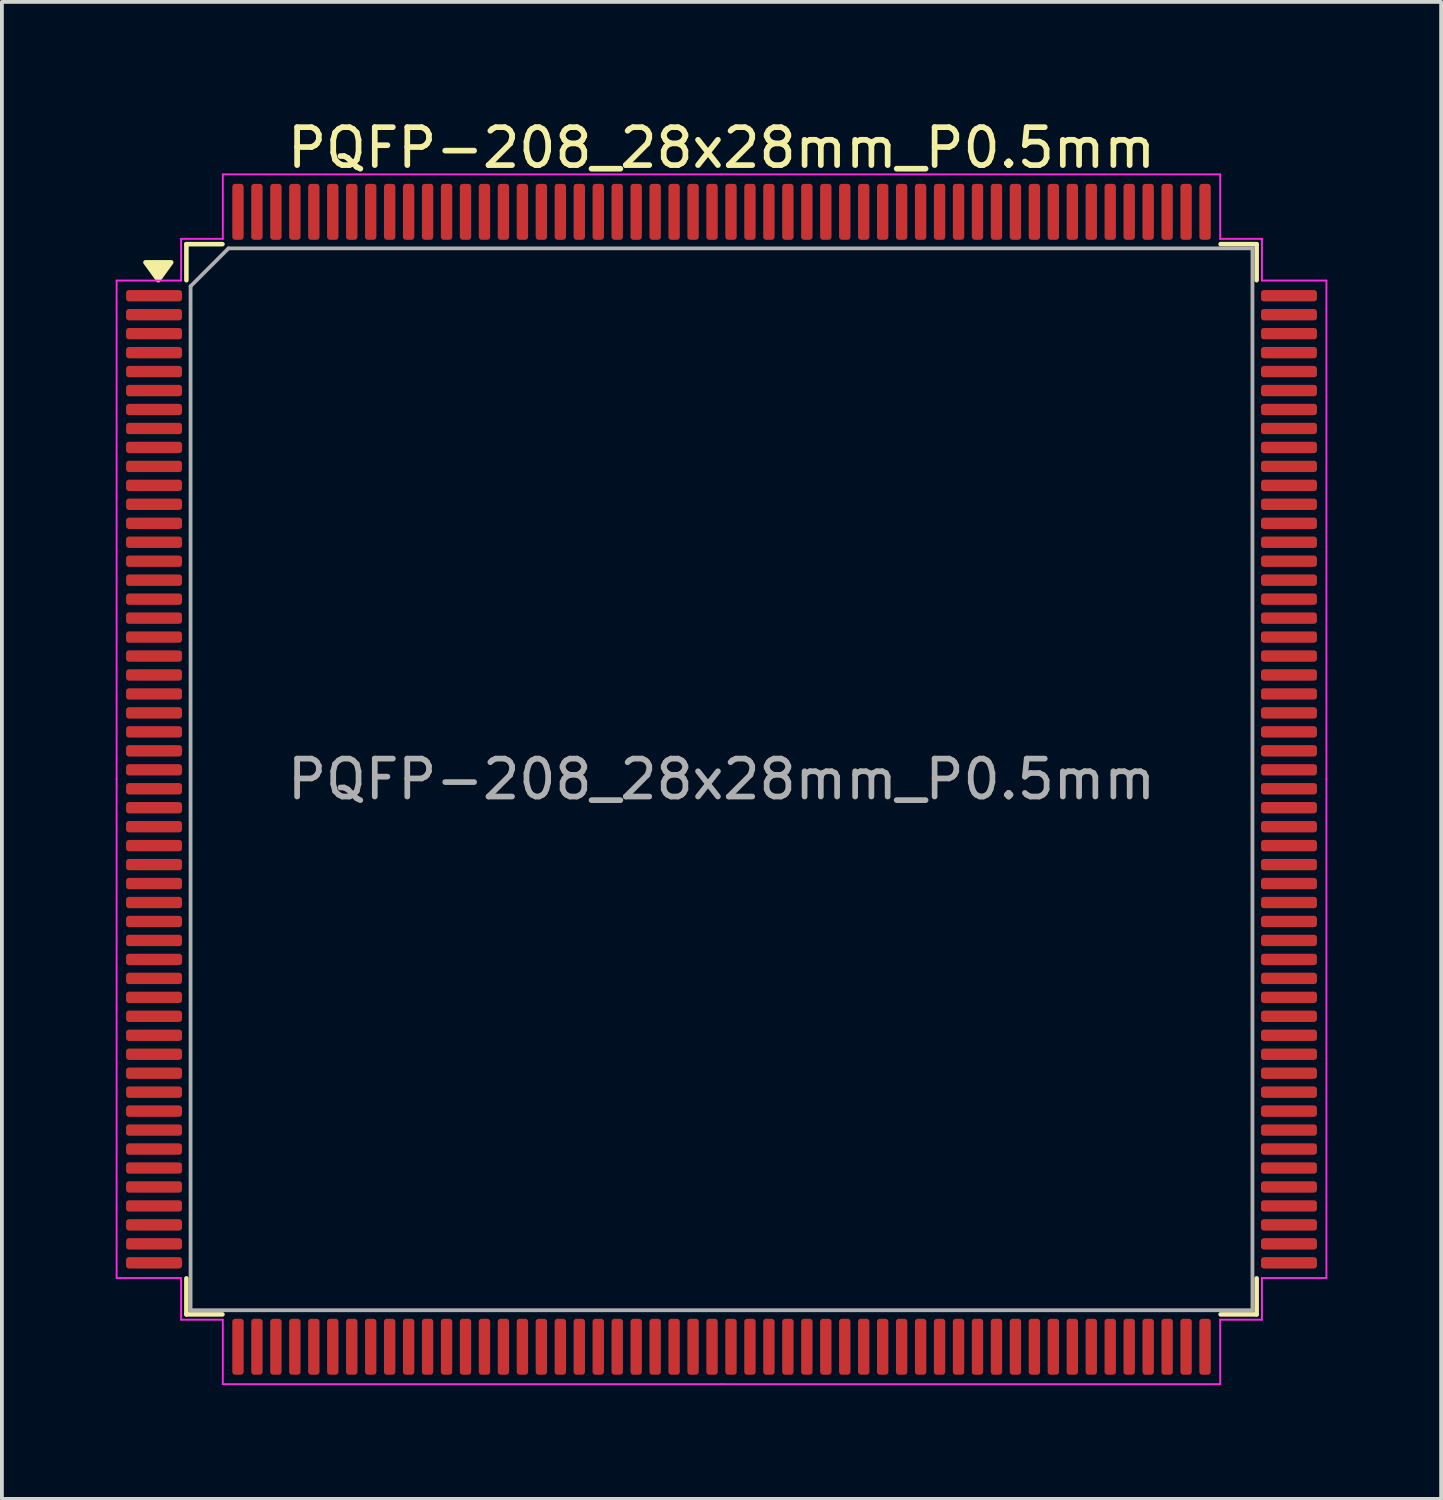
<source format=kicad_pcb>
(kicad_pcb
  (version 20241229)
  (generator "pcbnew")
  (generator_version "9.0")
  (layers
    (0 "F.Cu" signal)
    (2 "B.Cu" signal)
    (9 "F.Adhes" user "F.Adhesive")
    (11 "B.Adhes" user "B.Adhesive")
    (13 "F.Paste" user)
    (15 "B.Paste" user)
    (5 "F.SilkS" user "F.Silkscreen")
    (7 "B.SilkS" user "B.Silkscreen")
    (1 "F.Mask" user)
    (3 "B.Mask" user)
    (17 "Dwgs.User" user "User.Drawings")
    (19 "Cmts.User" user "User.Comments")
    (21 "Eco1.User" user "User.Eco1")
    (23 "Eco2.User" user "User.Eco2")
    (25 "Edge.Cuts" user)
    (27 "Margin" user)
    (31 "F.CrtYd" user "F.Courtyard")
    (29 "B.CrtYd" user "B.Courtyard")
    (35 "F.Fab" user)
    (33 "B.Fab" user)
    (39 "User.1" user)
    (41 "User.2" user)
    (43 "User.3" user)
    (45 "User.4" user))
  (footprint "PQFP-208_28x28mm_P0.5mm"
    (layer "F.Cu")
    (at 15.975 17.498)
    (property "Reference" "PQFP-208_28x28mm_P0.5mm" (at 0 -16.65 0) (layer "F.SilkS") (effects (font (size 1 1) (thickness 0.15))))
    (attr smd)
    (fp_line (start -14.11 -14.11) (end -14.11 -13.16) (stroke (width 0.12) (type solid)) (layer "F.SilkS"))
    (fp_line (start -14.11 14.11) (end -14.11 13.16) (stroke (width 0.12) (type solid)) (layer "F.SilkS"))
    (fp_line (start -13.16 -14.11) (end -14.11 -14.11) (stroke (width 0.12) (type solid)) (layer "F.SilkS"))
    (fp_line (start -13.16 14.11) (end -14.11 14.11) (stroke (width 0.12) (type solid)) (layer "F.SilkS"))
    (fp_line (start 13.16 -14.11) (end 14.11 -14.11) (stroke (width 0.12) (type solid)) (layer "F.SilkS"))
    (fp_line (start 13.16 14.11) (end 14.11 14.11) (stroke (width 0.12) (type solid)) (layer "F.SilkS"))
    (fp_line (start 14.11 -14.11) (end 14.11 -13.16) (stroke (width 0.12) (type solid)) (layer "F.SilkS"))
    (fp_line (start 14.11 14.11) (end 14.11 13.16) (stroke (width 0.12) (type solid)) (layer "F.SilkS"))
    (fp_poly (pts (xy -14.85 -13.16) (xy -15.19 -13.63) (xy -14.51 -13.63) (xy -14.85 -13.16)) (stroke (width 0.12) (type solid)) (fill yes) (layer "F.SilkS"))
    (fp_line (start -15.95 -13.15) (end -15.95 0) (stroke (width 0.05) (type solid)) (layer "F.CrtYd"))
    (fp_line (start -15.95 13.15) (end -15.95 0) (stroke (width 0.05) (type solid)) (layer "F.CrtYd"))
    (fp_line (start -14.25 -14.25) (end -14.25 -13.15) (stroke (width 0.05) (type solid)) (layer "F.CrtYd"))
    (fp_line (start -14.25 -13.15) (end -15.95 -13.15) (stroke (width 0.05) (type solid)) (layer "F.CrtYd"))
    (fp_line (start -14.25 13.15) (end -15.95 13.15) (stroke (width 0.05) (type solid)) (layer "F.CrtYd"))
    (fp_line (start -14.25 14.25) (end -14.25 13.15) (stroke (width 0.05) (type solid)) (layer "F.CrtYd"))
    (fp_line (start -13.15 -15.95) (end -13.15 -14.25) (stroke (width 0.05) (type solid)) (layer "F.CrtYd"))
    (fp_line (start -13.15 -14.25) (end -14.25 -14.25) (stroke (width 0.05) (type solid)) (layer "F.CrtYd"))
    (fp_line (start -13.15 14.25) (end -14.25 14.25) (stroke (width 0.05) (type solid)) (layer "F.CrtYd"))
    (fp_line (start -13.15 15.95) (end -13.15 14.25) (stroke (width 0.05) (type solid)) (layer "F.CrtYd"))
    (fp_line (start 0 -15.95) (end -13.15 -15.95) (stroke (width 0.05) (type solid)) (layer "F.CrtYd"))
    (fp_line (start 0 -15.95) (end 13.15 -15.95) (stroke (width 0.05) (type solid)) (layer "F.CrtYd"))
    (fp_line (start 0 15.95) (end -13.15 15.95) (stroke (width 0.05) (type solid)) (layer "F.CrtYd"))
    (fp_line (start 0 15.95) (end 13.15 15.95) (stroke (width 0.05) (type solid)) (layer "F.CrtYd"))
    (fp_line (start 13.15 -15.95) (end 13.15 -14.25) (stroke (width 0.05) (type solid)) (layer "F.CrtYd"))
    (fp_line (start 13.15 -14.25) (end 14.25 -14.25) (stroke (width 0.05) (type solid)) (layer "F.CrtYd"))
    (fp_line (start 13.15 14.25) (end 14.25 14.25) (stroke (width 0.05) (type solid)) (layer "F.CrtYd"))
    (fp_line (start 13.15 15.95) (end 13.15 14.25) (stroke (width 0.05) (type solid)) (layer "F.CrtYd"))
    (fp_line (start 14.25 -14.25) (end 14.25 -13.15) (stroke (width 0.05) (type solid)) (layer "F.CrtYd"))
    (fp_line (start 14.25 -13.15) (end 15.95 -13.15) (stroke (width 0.05) (type solid)) (layer "F.CrtYd"))
    (fp_line (start 14.25 13.15) (end 15.95 13.15) (stroke (width 0.05) (type solid)) (layer "F.CrtYd"))
    (fp_line (start 14.25 14.25) (end 14.25 13.15) (stroke (width 0.05) (type solid)) (layer "F.CrtYd"))
    (fp_line (start 15.95 -13.15) (end 15.95 0) (stroke (width 0.05) (type solid)) (layer "F.CrtYd"))
    (fp_line (start 15.95 13.15) (end 15.95 0) (stroke (width 0.05) (type solid)) (layer "F.CrtYd"))
    (fp_line (start -14 -13) (end -13 -14) (stroke (width 0.1) (type solid)) (layer "F.Fab"))
    (fp_line (start -14 14) (end -14 -13) (stroke (width 0.1) (type solid)) (layer "F.Fab"))
    (fp_line (start -13 -14) (end 14 -14) (stroke (width 0.1) (type solid)) (layer "F.Fab"))
    (fp_line (start 14 -14) (end 14 14) (stroke (width 0.1) (type solid)) (layer "F.Fab"))
    (fp_line (start 14 14) (end -14 14) (stroke (width 0.1) (type solid)) (layer "F.Fab"))
    (fp_text user "${REFERENCE}" (at 0 0 0) (layer "F.Fab") (effects (font (size 1 1) (thickness 0.15))))
    (pad "1" smd roundrect (at -14.963 -12.75) (size 1.475 0.3) (layers "F.Cu" "F.Mask" "F.Paste") (roundrect_rratio 0.25))
    (pad "2" smd roundrect (at -14.963 -12.25) (size 1.475 0.3) (layers "F.Cu" "F.Mask" "F.Paste") (roundrect_rratio 0.25))
    (pad "3" smd roundrect (at -14.963 -11.75) (size 1.475 0.3) (layers "F.Cu" "F.Mask" "F.Paste") (roundrect_rratio 0.25))
    (pad "4" smd roundrect (at -14.963 -11.25) (size 1.475 0.3) (layers "F.Cu" "F.Mask" "F.Paste") (roundrect_rratio 0.25))
    (pad "5" smd roundrect (at -14.963 -10.75) (size 1.475 0.3) (layers "F.Cu" "F.Mask" "F.Paste") (roundrect_rratio 0.25))
    (pad "6" smd roundrect (at -14.963 -10.25) (size 1.475 0.3) (layers "F.Cu" "F.Mask" "F.Paste") (roundrect_rratio 0.25))
    (pad "7" smd roundrect (at -14.963 -9.75) (size 1.475 0.3) (layers "F.Cu" "F.Mask" "F.Paste") (roundrect_rratio 0.25))
    (pad "8" smd roundrect (at -14.963 -9.25) (size 1.475 0.3) (layers "F.Cu" "F.Mask" "F.Paste") (roundrect_rratio 0.25))
    (pad "9" smd roundrect (at -14.963 -8.75) (size 1.475 0.3) (layers "F.Cu" "F.Mask" "F.Paste") (roundrect_rratio 0.25))
    (pad "10" smd roundrect (at -14.963 -8.25) (size 1.475 0.3) (layers "F.Cu" "F.Mask" "F.Paste") (roundrect_rratio 0.25))
    (pad "11" smd roundrect (at -14.963 -7.75) (size 1.475 0.3) (layers "F.Cu" "F.Mask" "F.Paste") (roundrect_rratio 0.25))
    (pad "12" smd roundrect (at -14.963 -7.25) (size 1.475 0.3) (layers "F.Cu" "F.Mask" "F.Paste") (roundrect_rratio 0.25))
    (pad "13" smd roundrect (at -14.963 -6.75) (size 1.475 0.3) (layers "F.Cu" "F.Mask" "F.Paste") (roundrect_rratio 0.25))
    (pad "14" smd roundrect (at -14.963 -6.25) (size 1.475 0.3) (layers "F.Cu" "F.Mask" "F.Paste") (roundrect_rratio 0.25))
    (pad "15" smd roundrect (at -14.963 -5.75) (size 1.475 0.3) (layers "F.Cu" "F.Mask" "F.Paste") (roundrect_rratio 0.25))
    (pad "16" smd roundrect (at -14.963 -5.25) (size 1.475 0.3) (layers "F.Cu" "F.Mask" "F.Paste") (roundrect_rratio 0.25))
    (pad "17" smd roundrect (at -14.963 -4.75) (size 1.475 0.3) (layers "F.Cu" "F.Mask" "F.Paste") (roundrect_rratio 0.25))
    (pad "18" smd roundrect (at -14.963 -4.25) (size 1.475 0.3) (layers "F.Cu" "F.Mask" "F.Paste") (roundrect_rratio 0.25))
    (pad "19" smd roundrect (at -14.963 -3.75) (size 1.475 0.3) (layers "F.Cu" "F.Mask" "F.Paste") (roundrect_rratio 0.25))
    (pad "20" smd roundrect (at -14.963 -3.25) (size 1.475 0.3) (layers "F.Cu" "F.Mask" "F.Paste") (roundrect_rratio 0.25))
    (pad "21" smd roundrect (at -14.963 -2.75) (size 1.475 0.3) (layers "F.Cu" "F.Mask" "F.Paste") (roundrect_rratio 0.25))
    (pad "22" smd roundrect (at -14.963 -2.25) (size 1.475 0.3) (layers "F.Cu" "F.Mask" "F.Paste") (roundrect_rratio 0.25))
    (pad "23" smd roundrect (at -14.963 -1.75) (size 1.475 0.3) (layers "F.Cu" "F.Mask" "F.Paste") (roundrect_rratio 0.25))
    (pad "24" smd roundrect (at -14.963 -1.25) (size 1.475 0.3) (layers "F.Cu" "F.Mask" "F.Paste") (roundrect_rratio 0.25))
    (pad "25" smd roundrect (at -14.963 -0.75) (size 1.475 0.3) (layers "F.Cu" "F.Mask" "F.Paste") (roundrect_rratio 0.25))
    (pad "26" smd roundrect (at -14.963 -0.25) (size 1.475 0.3) (layers "F.Cu" "F.Mask" "F.Paste") (roundrect_rratio 0.25))
    (pad "27" smd roundrect (at -14.963 0.25) (size 1.475 0.3) (layers "F.Cu" "F.Mask" "F.Paste") (roundrect_rratio 0.25))
    (pad "28" smd roundrect (at -14.963 0.75) (size 1.475 0.3) (layers "F.Cu" "F.Mask" "F.Paste") (roundrect_rratio 0.25))
    (pad "29" smd roundrect (at -14.963 1.25) (size 1.475 0.3) (layers "F.Cu" "F.Mask" "F.Paste") (roundrect_rratio 0.25))
    (pad "30" smd roundrect (at -14.963 1.75) (size 1.475 0.3) (layers "F.Cu" "F.Mask" "F.Paste") (roundrect_rratio 0.25))
    (pad "31" smd roundrect (at -14.963 2.25) (size 1.475 0.3) (layers "F.Cu" "F.Mask" "F.Paste") (roundrect_rratio 0.25))
    (pad "32" smd roundrect (at -14.963 2.75) (size 1.475 0.3) (layers "F.Cu" "F.Mask" "F.Paste") (roundrect_rratio 0.25))
    (pad "33" smd roundrect (at -14.963 3.25) (size 1.475 0.3) (layers "F.Cu" "F.Mask" "F.Paste") (roundrect_rratio 0.25))
    (pad "34" smd roundrect (at -14.963 3.75) (size 1.475 0.3) (layers "F.Cu" "F.Mask" "F.Paste") (roundrect_rratio 0.25))
    (pad "35" smd roundrect (at -14.963 4.25) (size 1.475 0.3) (layers "F.Cu" "F.Mask" "F.Paste") (roundrect_rratio 0.25))
    (pad "36" smd roundrect (at -14.963 4.75) (size 1.475 0.3) (layers "F.Cu" "F.Mask" "F.Paste") (roundrect_rratio 0.25))
    (pad "37" smd roundrect (at -14.963 5.25) (size 1.475 0.3) (layers "F.Cu" "F.Mask" "F.Paste") (roundrect_rratio 0.25))
    (pad "38" smd roundrect (at -14.963 5.75) (size 1.475 0.3) (layers "F.Cu" "F.Mask" "F.Paste") (roundrect_rratio 0.25))
    (pad "39" smd roundrect (at -14.963 6.25) (size 1.475 0.3) (layers "F.Cu" "F.Mask" "F.Paste") (roundrect_rratio 0.25))
    (pad "40" smd roundrect (at -14.963 6.75) (size 1.475 0.3) (layers "F.Cu" "F.Mask" "F.Paste") (roundrect_rratio 0.25))
    (pad "41" smd roundrect (at -14.963 7.25) (size 1.475 0.3) (layers "F.Cu" "F.Mask" "F.Paste") (roundrect_rratio 0.25))
    (pad "42" smd roundrect (at -14.963 7.75) (size 1.475 0.3) (layers "F.Cu" "F.Mask" "F.Paste") (roundrect_rratio 0.25))
    (pad "43" smd roundrect (at -14.963 8.25) (size 1.475 0.3) (layers "F.Cu" "F.Mask" "F.Paste") (roundrect_rratio 0.25))
    (pad "44" smd roundrect (at -14.963 8.75) (size 1.475 0.3) (layers "F.Cu" "F.Mask" "F.Paste") (roundrect_rratio 0.25))
    (pad "45" smd roundrect (at -14.963 9.25) (size 1.475 0.3) (layers "F.Cu" "F.Mask" "F.Paste") (roundrect_rratio 0.25))
    (pad "46" smd roundrect (at -14.963 9.75) (size 1.475 0.3) (layers "F.Cu" "F.Mask" "F.Paste") (roundrect_rratio 0.25))
    (pad "47" smd roundrect (at -14.963 10.25) (size 1.475 0.3) (layers "F.Cu" "F.Mask" "F.Paste") (roundrect_rratio 0.25))
    (pad "48" smd roundrect (at -14.963 10.75) (size 1.475 0.3) (layers "F.Cu" "F.Mask" "F.Paste") (roundrect_rratio 0.25))
    (pad "49" smd roundrect (at -14.963 11.25) (size 1.475 0.3) (layers "F.Cu" "F.Mask" "F.Paste") (roundrect_rratio 0.25))
    (pad "50" smd roundrect (at -14.963 11.75) (size 1.475 0.3) (layers "F.Cu" "F.Mask" "F.Paste") (roundrect_rratio 0.25))
    (pad "51" smd roundrect (at -14.963 12.25) (size 1.475 0.3) (layers "F.Cu" "F.Mask" "F.Paste") (roundrect_rratio 0.25))
    (pad "52" smd roundrect (at -14.963 12.75) (size 1.475 0.3) (layers "F.Cu" "F.Mask" "F.Paste") (roundrect_rratio 0.25))
    (pad "53" smd roundrect (at -12.75 14.963) (size 0.3 1.475) (layers "F.Cu" "F.Mask" "F.Paste") (roundrect_rratio 0.25))
    (pad "54" smd roundrect (at -12.25 14.963) (size 0.3 1.475) (layers "F.Cu" "F.Mask" "F.Paste") (roundrect_rratio 0.25))
    (pad "55" smd roundrect (at -11.75 14.963) (size 0.3 1.475) (layers "F.Cu" "F.Mask" "F.Paste") (roundrect_rratio 0.25))
    (pad "56" smd roundrect (at -11.25 14.963) (size 0.3 1.475) (layers "F.Cu" "F.Mask" "F.Paste") (roundrect_rratio 0.25))
    (pad "57" smd roundrect (at -10.75 14.963) (size 0.3 1.475) (layers "F.Cu" "F.Mask" "F.Paste") (roundrect_rratio 0.25))
    (pad "58" smd roundrect (at -10.25 14.963) (size 0.3 1.475) (layers "F.Cu" "F.Mask" "F.Paste") (roundrect_rratio 0.25))
    (pad "59" smd roundrect (at -9.75 14.963) (size 0.3 1.475) (layers "F.Cu" "F.Mask" "F.Paste") (roundrect_rratio 0.25))
    (pad "60" smd roundrect (at -9.25 14.963) (size 0.3 1.475) (layers "F.Cu" "F.Mask" "F.Paste") (roundrect_rratio 0.25))
    (pad "61" smd roundrect (at -8.75 14.963) (size 0.3 1.475) (layers "F.Cu" "F.Mask" "F.Paste") (roundrect_rratio 0.25))
    (pad "62" smd roundrect (at -8.25 14.963) (size 0.3 1.475) (layers "F.Cu" "F.Mask" "F.Paste") (roundrect_rratio 0.25))
    (pad "63" smd roundrect (at -7.75 14.963) (size 0.3 1.475) (layers "F.Cu" "F.Mask" "F.Paste") (roundrect_rratio 0.25))
    (pad "64" smd roundrect (at -7.25 14.963) (size 0.3 1.475) (layers "F.Cu" "F.Mask" "F.Paste") (roundrect_rratio 0.25))
    (pad "65" smd roundrect (at -6.75 14.963) (size 0.3 1.475) (layers "F.Cu" "F.Mask" "F.Paste") (roundrect_rratio 0.25))
    (pad "66" smd roundrect (at -6.25 14.963) (size 0.3 1.475) (layers "F.Cu" "F.Mask" "F.Paste") (roundrect_rratio 0.25))
    (pad "67" smd roundrect (at -5.75 14.963) (size 0.3 1.475) (layers "F.Cu" "F.Mask" "F.Paste") (roundrect_rratio 0.25))
    (pad "68" smd roundrect (at -5.25 14.963) (size 0.3 1.475) (layers "F.Cu" "F.Mask" "F.Paste") (roundrect_rratio 0.25))
    (pad "69" smd roundrect (at -4.75 14.963) (size 0.3 1.475) (layers "F.Cu" "F.Mask" "F.Paste") (roundrect_rratio 0.25))
    (pad "70" smd roundrect (at -4.25 14.963) (size 0.3 1.475) (layers "F.Cu" "F.Mask" "F.Paste") (roundrect_rratio 0.25))
    (pad "71" smd roundrect (at -3.75 14.963) (size 0.3 1.475) (layers "F.Cu" "F.Mask" "F.Paste") (roundrect_rratio 0.25))
    (pad "72" smd roundrect (at -3.25 14.963) (size 0.3 1.475) (layers "F.Cu" "F.Mask" "F.Paste") (roundrect_rratio 0.25))
    (pad "73" smd roundrect (at -2.75 14.963) (size 0.3 1.475) (layers "F.Cu" "F.Mask" "F.Paste") (roundrect_rratio 0.25))
    (pad "74" smd roundrect (at -2.25 14.963) (size 0.3 1.475) (layers "F.Cu" "F.Mask" "F.Paste") (roundrect_rratio 0.25))
    (pad "75" smd roundrect (at -1.75 14.963) (size 0.3 1.475) (layers "F.Cu" "F.Mask" "F.Paste") (roundrect_rratio 0.25))
    (pad "76" smd roundrect (at -1.25 14.963) (size 0.3 1.475) (layers "F.Cu" "F.Mask" "F.Paste") (roundrect_rratio 0.25))
    (pad "77" smd roundrect (at -0.75 14.963) (size 0.3 1.475) (layers "F.Cu" "F.Mask" "F.Paste") (roundrect_rratio 0.25))
    (pad "78" smd roundrect (at -0.25 14.963) (size 0.3 1.475) (layers "F.Cu" "F.Mask" "F.Paste") (roundrect_rratio 0.25))
    (pad "79" smd roundrect (at 0.25 14.963) (size 0.3 1.475) (layers "F.Cu" "F.Mask" "F.Paste") (roundrect_rratio 0.25))
    (pad "80" smd roundrect (at 0.75 14.963) (size 0.3 1.475) (layers "F.Cu" "F.Mask" "F.Paste") (roundrect_rratio 0.25))
    (pad "81" smd roundrect (at 1.25 14.963) (size 0.3 1.475) (layers "F.Cu" "F.Mask" "F.Paste") (roundrect_rratio 0.25))
    (pad "82" smd roundrect (at 1.75 14.963) (size 0.3 1.475) (layers "F.Cu" "F.Mask" "F.Paste") (roundrect_rratio 0.25))
    (pad "83" smd roundrect (at 2.25 14.963) (size 0.3 1.475) (layers "F.Cu" "F.Mask" "F.Paste") (roundrect_rratio 0.25))
    (pad "84" smd roundrect (at 2.75 14.963) (size 0.3 1.475) (layers "F.Cu" "F.Mask" "F.Paste") (roundrect_rratio 0.25))
    (pad "85" smd roundrect (at 3.25 14.963) (size 0.3 1.475) (layers "F.Cu" "F.Mask" "F.Paste") (roundrect_rratio 0.25))
    (pad "86" smd roundrect (at 3.75 14.963) (size 0.3 1.475) (layers "F.Cu" "F.Mask" "F.Paste") (roundrect_rratio 0.25))
    (pad "87" smd roundrect (at 4.25 14.963) (size 0.3 1.475) (layers "F.Cu" "F.Mask" "F.Paste") (roundrect_rratio 0.25))
    (pad "88" smd roundrect (at 4.75 14.963) (size 0.3 1.475) (layers "F.Cu" "F.Mask" "F.Paste") (roundrect_rratio 0.25))
    (pad "89" smd roundrect (at 5.25 14.963) (size 0.3 1.475) (layers "F.Cu" "F.Mask" "F.Paste") (roundrect_rratio 0.25))
    (pad "90" smd roundrect (at 5.75 14.963) (size 0.3 1.475) (layers "F.Cu" "F.Mask" "F.Paste") (roundrect_rratio 0.25))
    (pad "91" smd roundrect (at 6.25 14.963) (size 0.3 1.475) (layers "F.Cu" "F.Mask" "F.Paste") (roundrect_rratio 0.25))
    (pad "92" smd roundrect (at 6.75 14.963) (size 0.3 1.475) (layers "F.Cu" "F.Mask" "F.Paste") (roundrect_rratio 0.25))
    (pad "93" smd roundrect (at 7.25 14.963) (size 0.3 1.475) (layers "F.Cu" "F.Mask" "F.Paste") (roundrect_rratio 0.25))
    (pad "94" smd roundrect (at 7.75 14.963) (size 0.3 1.475) (layers "F.Cu" "F.Mask" "F.Paste") (roundrect_rratio 0.25))
    (pad "95" smd roundrect (at 8.25 14.963) (size 0.3 1.475) (layers "F.Cu" "F.Mask" "F.Paste") (roundrect_rratio 0.25))
    (pad "96" smd roundrect (at 8.75 14.963) (size 0.3 1.475) (layers "F.Cu" "F.Mask" "F.Paste") (roundrect_rratio 0.25))
    (pad "97" smd roundrect (at 9.25 14.963) (size 0.3 1.475) (layers "F.Cu" "F.Mask" "F.Paste") (roundrect_rratio 0.25))
    (pad "98" smd roundrect (at 9.75 14.963) (size 0.3 1.475) (layers "F.Cu" "F.Mask" "F.Paste") (roundrect_rratio 0.25))
    (pad "99" smd roundrect (at 10.25 14.963) (size 0.3 1.475) (layers "F.Cu" "F.Mask" "F.Paste") (roundrect_rratio 0.25))
    (pad "100" smd roundrect (at 10.75 14.963) (size 0.3 1.475) (layers "F.Cu" "F.Mask" "F.Paste") (roundrect_rratio 0.25))
    (pad "101" smd roundrect (at 11.25 14.963) (size 0.3 1.475) (layers "F.Cu" "F.Mask" "F.Paste") (roundrect_rratio 0.25))
    (pad "102" smd roundrect (at 11.75 14.963) (size 0.3 1.475) (layers "F.Cu" "F.Mask" "F.Paste") (roundrect_rratio 0.25))
    (pad "103" smd roundrect (at 12.25 14.963) (size 0.3 1.475) (layers "F.Cu" "F.Mask" "F.Paste") (roundrect_rratio 0.25))
    (pad "104" smd roundrect (at 12.75 14.963) (size 0.3 1.475) (layers "F.Cu" "F.Mask" "F.Paste") (roundrect_rratio 0.25))
    (pad "105" smd roundrect (at 14.963 12.75) (size 1.475 0.3) (layers "F.Cu" "F.Mask" "F.Paste") (roundrect_rratio 0.25))
    (pad "106" smd roundrect (at 14.963 12.25) (size 1.475 0.3) (layers "F.Cu" "F.Mask" "F.Paste") (roundrect_rratio 0.25))
    (pad "107" smd roundrect (at 14.963 11.75) (size 1.475 0.3) (layers "F.Cu" "F.Mask" "F.Paste") (roundrect_rratio 0.25))
    (pad "108" smd roundrect (at 14.963 11.25) (size 1.475 0.3) (layers "F.Cu" "F.Mask" "F.Paste") (roundrect_rratio 0.25))
    (pad "109" smd roundrect (at 14.963 10.75) (size 1.475 0.3) (layers "F.Cu" "F.Mask" "F.Paste") (roundrect_rratio 0.25))
    (pad "110" smd roundrect (at 14.963 10.25) (size 1.475 0.3) (layers "F.Cu" "F.Mask" "F.Paste") (roundrect_rratio 0.25))
    (pad "111" smd roundrect (at 14.963 9.75) (size 1.475 0.3) (layers "F.Cu" "F.Mask" "F.Paste") (roundrect_rratio 0.25))
    (pad "112" smd roundrect (at 14.963 9.25) (size 1.475 0.3) (layers "F.Cu" "F.Mask" "F.Paste") (roundrect_rratio 0.25))
    (pad "113" smd roundrect (at 14.963 8.75) (size 1.475 0.3) (layers "F.Cu" "F.Mask" "F.Paste") (roundrect_rratio 0.25))
    (pad "114" smd roundrect (at 14.963 8.25) (size 1.475 0.3) (layers "F.Cu" "F.Mask" "F.Paste") (roundrect_rratio 0.25))
    (pad "115" smd roundrect (at 14.963 7.75) (size 1.475 0.3) (layers "F.Cu" "F.Mask" "F.Paste") (roundrect_rratio 0.25))
    (pad "116" smd roundrect (at 14.963 7.25) (size 1.475 0.3) (layers "F.Cu" "F.Mask" "F.Paste") (roundrect_rratio 0.25))
    (pad "117" smd roundrect (at 14.963 6.75) (size 1.475 0.3) (layers "F.Cu" "F.Mask" "F.Paste") (roundrect_rratio 0.25))
    (pad "118" smd roundrect (at 14.963 6.25) (size 1.475 0.3) (layers "F.Cu" "F.Mask" "F.Paste") (roundrect_rratio 0.25))
    (pad "119" smd roundrect (at 14.963 5.75) (size 1.475 0.3) (layers "F.Cu" "F.Mask" "F.Paste") (roundrect_rratio 0.25))
    (pad "120" smd roundrect (at 14.963 5.25) (size 1.475 0.3) (layers "F.Cu" "F.Mask" "F.Paste") (roundrect_rratio 0.25))
    (pad "121" smd roundrect (at 14.963 4.75) (size 1.475 0.3) (layers "F.Cu" "F.Mask" "F.Paste") (roundrect_rratio 0.25))
    (pad "122" smd roundrect (at 14.963 4.25) (size 1.475 0.3) (layers "F.Cu" "F.Mask" "F.Paste") (roundrect_rratio 0.25))
    (pad "123" smd roundrect (at 14.963 3.75) (size 1.475 0.3) (layers "F.Cu" "F.Mask" "F.Paste") (roundrect_rratio 0.25))
    (pad "124" smd roundrect (at 14.963 3.25) (size 1.475 0.3) (layers "F.Cu" "F.Mask" "F.Paste") (roundrect_rratio 0.25))
    (pad "125" smd roundrect (at 14.963 2.75) (size 1.475 0.3) (layers "F.Cu" "F.Mask" "F.Paste") (roundrect_rratio 0.25))
    (pad "126" smd roundrect (at 14.963 2.25) (size 1.475 0.3) (layers "F.Cu" "F.Mask" "F.Paste") (roundrect_rratio 0.25))
    (pad "127" smd roundrect (at 14.963 1.75) (size 1.475 0.3) (layers "F.Cu" "F.Mask" "F.Paste") (roundrect_rratio 0.25))
    (pad "128" smd roundrect (at 14.963 1.25) (size 1.475 0.3) (layers "F.Cu" "F.Mask" "F.Paste") (roundrect_rratio 0.25))
    (pad "129" smd roundrect (at 14.963 0.75) (size 1.475 0.3) (layers "F.Cu" "F.Mask" "F.Paste") (roundrect_rratio 0.25))
    (pad "130" smd roundrect (at 14.963 0.25) (size 1.475 0.3) (layers "F.Cu" "F.Mask" "F.Paste") (roundrect_rratio 0.25))
    (pad "131" smd roundrect (at 14.963 -0.25) (size 1.475 0.3) (layers "F.Cu" "F.Mask" "F.Paste") (roundrect_rratio 0.25))
    (pad "132" smd roundrect (at 14.963 -0.75) (size 1.475 0.3) (layers "F.Cu" "F.Mask" "F.Paste") (roundrect_rratio 0.25))
    (pad "133" smd roundrect (at 14.963 -1.25) (size 1.475 0.3) (layers "F.Cu" "F.Mask" "F.Paste") (roundrect_rratio 0.25))
    (pad "134" smd roundrect (at 14.963 -1.75) (size 1.475 0.3) (layers "F.Cu" "F.Mask" "F.Paste") (roundrect_rratio 0.25))
    (pad "135" smd roundrect (at 14.963 -2.25) (size 1.475 0.3) (layers "F.Cu" "F.Mask" "F.Paste") (roundrect_rratio 0.25))
    (pad "136" smd roundrect (at 14.963 -2.75) (size 1.475 0.3) (layers "F.Cu" "F.Mask" "F.Paste") (roundrect_rratio 0.25))
    (pad "137" smd roundrect (at 14.963 -3.25) (size 1.475 0.3) (layers "F.Cu" "F.Mask" "F.Paste") (roundrect_rratio 0.25))
    (pad "138" smd roundrect (at 14.963 -3.75) (size 1.475 0.3) (layers "F.Cu" "F.Mask" "F.Paste") (roundrect_rratio 0.25))
    (pad "139" smd roundrect (at 14.963 -4.25) (size 1.475 0.3) (layers "F.Cu" "F.Mask" "F.Paste") (roundrect_rratio 0.25))
    (pad "140" smd roundrect (at 14.963 -4.75) (size 1.475 0.3) (layers "F.Cu" "F.Mask" "F.Paste") (roundrect_rratio 0.25))
    (pad "141" smd roundrect (at 14.963 -5.25) (size 1.475 0.3) (layers "F.Cu" "F.Mask" "F.Paste") (roundrect_rratio 0.25))
    (pad "142" smd roundrect (at 14.963 -5.75) (size 1.475 0.3) (layers "F.Cu" "F.Mask" "F.Paste") (roundrect_rratio 0.25))
    (pad "143" smd roundrect (at 14.963 -6.25) (size 1.475 0.3) (layers "F.Cu" "F.Mask" "F.Paste") (roundrect_rratio 0.25))
    (pad "144" smd roundrect (at 14.963 -6.75) (size 1.475 0.3) (layers "F.Cu" "F.Mask" "F.Paste") (roundrect_rratio 0.25))
    (pad "145" smd roundrect (at 14.963 -7.25) (size 1.475 0.3) (layers "F.Cu" "F.Mask" "F.Paste") (roundrect_rratio 0.25))
    (pad "146" smd roundrect (at 14.963 -7.75) (size 1.475 0.3) (layers "F.Cu" "F.Mask" "F.Paste") (roundrect_rratio 0.25))
    (pad "147" smd roundrect (at 14.963 -8.25) (size 1.475 0.3) (layers "F.Cu" "F.Mask" "F.Paste") (roundrect_rratio 0.25))
    (pad "148" smd roundrect (at 14.963 -8.75) (size 1.475 0.3) (layers "F.Cu" "F.Mask" "F.Paste") (roundrect_rratio 0.25))
    (pad "149" smd roundrect (at 14.963 -9.25) (size 1.475 0.3) (layers "F.Cu" "F.Mask" "F.Paste") (roundrect_rratio 0.25))
    (pad "150" smd roundrect (at 14.963 -9.75) (size 1.475 0.3) (layers "F.Cu" "F.Mask" "F.Paste") (roundrect_rratio 0.25))
    (pad "151" smd roundrect (at 14.963 -10.25) (size 1.475 0.3) (layers "F.Cu" "F.Mask" "F.Paste") (roundrect_rratio 0.25))
    (pad "152" smd roundrect (at 14.963 -10.75) (size 1.475 0.3) (layers "F.Cu" "F.Mask" "F.Paste") (roundrect_rratio 0.25))
    (pad "153" smd roundrect (at 14.963 -11.25) (size 1.475 0.3) (layers "F.Cu" "F.Mask" "F.Paste") (roundrect_rratio 0.25))
    (pad "154" smd roundrect (at 14.963 -11.75) (size 1.475 0.3) (layers "F.Cu" "F.Mask" "F.Paste") (roundrect_rratio 0.25))
    (pad "155" smd roundrect (at 14.963 -12.25) (size 1.475 0.3) (layers "F.Cu" "F.Mask" "F.Paste") (roundrect_rratio 0.25))
    (pad "156" smd roundrect (at 14.963 -12.75) (size 1.475 0.3) (layers "F.Cu" "F.Mask" "F.Paste") (roundrect_rratio 0.25))
    (pad "157" smd roundrect (at 12.75 -14.963) (size 0.3 1.475) (layers "F.Cu" "F.Mask" "F.Paste") (roundrect_rratio 0.25))
    (pad "158" smd roundrect (at 12.25 -14.963) (size 0.3 1.475) (layers "F.Cu" "F.Mask" "F.Paste") (roundrect_rratio 0.25))
    (pad "159" smd roundrect (at 11.75 -14.963) (size 0.3 1.475) (layers "F.Cu" "F.Mask" "F.Paste") (roundrect_rratio 0.25))
    (pad "160" smd roundrect (at 11.25 -14.963) (size 0.3 1.475) (layers "F.Cu" "F.Mask" "F.Paste") (roundrect_rratio 0.25))
    (pad "161" smd roundrect (at 10.75 -14.963) (size 0.3 1.475) (layers "F.Cu" "F.Mask" "F.Paste") (roundrect_rratio 0.25))
    (pad "162" smd roundrect (at 10.25 -14.963) (size 0.3 1.475) (layers "F.Cu" "F.Mask" "F.Paste") (roundrect_rratio 0.25))
    (pad "163" smd roundrect (at 9.75 -14.963) (size 0.3 1.475) (layers "F.Cu" "F.Mask" "F.Paste") (roundrect_rratio 0.25))
    (pad "164" smd roundrect (at 9.25 -14.963) (size 0.3 1.475) (layers "F.Cu" "F.Mask" "F.Paste") (roundrect_rratio 0.25))
    (pad "165" smd roundrect (at 8.75 -14.963) (size 0.3 1.475) (layers "F.Cu" "F.Mask" "F.Paste") (roundrect_rratio 0.25))
    (pad "166" smd roundrect (at 8.25 -14.963) (size 0.3 1.475) (layers "F.Cu" "F.Mask" "F.Paste") (roundrect_rratio 0.25))
    (pad "167" smd roundrect (at 7.75 -14.963) (size 0.3 1.475) (layers "F.Cu" "F.Mask" "F.Paste") (roundrect_rratio 0.25))
    (pad "168" smd roundrect (at 7.25 -14.963) (size 0.3 1.475) (layers "F.Cu" "F.Mask" "F.Paste") (roundrect_rratio 0.25))
    (pad "169" smd roundrect (at 6.75 -14.963) (size 0.3 1.475) (layers "F.Cu" "F.Mask" "F.Paste") (roundrect_rratio 0.25))
    (pad "170" smd roundrect (at 6.25 -14.963) (size 0.3 1.475) (layers "F.Cu" "F.Mask" "F.Paste") (roundrect_rratio 0.25))
    (pad "171" smd roundrect (at 5.75 -14.963) (size 0.3 1.475) (layers "F.Cu" "F.Mask" "F.Paste") (roundrect_rratio 0.25))
    (pad "172" smd roundrect (at 5.25 -14.963) (size 0.3 1.475) (layers "F.Cu" "F.Mask" "F.Paste") (roundrect_rratio 0.25))
    (pad "173" smd roundrect (at 4.75 -14.963) (size 0.3 1.475) (layers "F.Cu" "F.Mask" "F.Paste") (roundrect_rratio 0.25))
    (pad "174" smd roundrect (at 4.25 -14.963) (size 0.3 1.475) (layers "F.Cu" "F.Mask" "F.Paste") (roundrect_rratio 0.25))
    (pad "175" smd roundrect (at 3.75 -14.963) (size 0.3 1.475) (layers "F.Cu" "F.Mask" "F.Paste") (roundrect_rratio 0.25))
    (pad "176" smd roundrect (at 3.25 -14.963) (size 0.3 1.475) (layers "F.Cu" "F.Mask" "F.Paste") (roundrect_rratio 0.25))
    (pad "177" smd roundrect (at 2.75 -14.963) (size 0.3 1.475) (layers "F.Cu" "F.Mask" "F.Paste") (roundrect_rratio 0.25))
    (pad "178" smd roundrect (at 2.25 -14.963) (size 0.3 1.475) (layers "F.Cu" "F.Mask" "F.Paste") (roundrect_rratio 0.25))
    (pad "179" smd roundrect (at 1.75 -14.963) (size 0.3 1.475) (layers "F.Cu" "F.Mask" "F.Paste") (roundrect_rratio 0.25))
    (pad "180" smd roundrect (at 1.25 -14.963) (size 0.3 1.475) (layers "F.Cu" "F.Mask" "F.Paste") (roundrect_rratio 0.25))
    (pad "181" smd roundrect (at 0.75 -14.963) (size 0.3 1.475) (layers "F.Cu" "F.Mask" "F.Paste") (roundrect_rratio 0.25))
    (pad "182" smd roundrect (at 0.25 -14.963) (size 0.3 1.475) (layers "F.Cu" "F.Mask" "F.Paste") (roundrect_rratio 0.25))
    (pad "183" smd roundrect (at -0.25 -14.963) (size 0.3 1.475) (layers "F.Cu" "F.Mask" "F.Paste") (roundrect_rratio 0.25))
    (pad "184" smd roundrect (at -0.75 -14.963) (size 0.3 1.475) (layers "F.Cu" "F.Mask" "F.Paste") (roundrect_rratio 0.25))
    (pad "185" smd roundrect (at -1.25 -14.963) (size 0.3 1.475) (layers "F.Cu" "F.Mask" "F.Paste") (roundrect_rratio 0.25))
    (pad "186" smd roundrect (at -1.75 -14.963) (size 0.3 1.475) (layers "F.Cu" "F.Mask" "F.Paste") (roundrect_rratio 0.25))
    (pad "187" smd roundrect (at -2.25 -14.963) (size 0.3 1.475) (layers "F.Cu" "F.Mask" "F.Paste") (roundrect_rratio 0.25))
    (pad "188" smd roundrect (at -2.75 -14.963) (size 0.3 1.475) (layers "F.Cu" "F.Mask" "F.Paste") (roundrect_rratio 0.25))
    (pad "189" smd roundrect (at -3.25 -14.963) (size 0.3 1.475) (layers "F.Cu" "F.Mask" "F.Paste") (roundrect_rratio 0.25))
    (pad "190" smd roundrect (at -3.75 -14.963) (size 0.3 1.475) (layers "F.Cu" "F.Mask" "F.Paste") (roundrect_rratio 0.25))
    (pad "191" smd roundrect (at -4.25 -14.963) (size 0.3 1.475) (layers "F.Cu" "F.Mask" "F.Paste") (roundrect_rratio 0.25))
    (pad "192" smd roundrect (at -4.75 -14.963) (size 0.3 1.475) (layers "F.Cu" "F.Mask" "F.Paste") (roundrect_rratio 0.25))
    (pad "193" smd roundrect (at -5.25 -14.963) (size 0.3 1.475) (layers "F.Cu" "F.Mask" "F.Paste") (roundrect_rratio 0.25))
    (pad "194" smd roundrect (at -5.75 -14.963) (size 0.3 1.475) (layers "F.Cu" "F.Mask" "F.Paste") (roundrect_rratio 0.25))
    (pad "195" smd roundrect (at -6.25 -14.963) (size 0.3 1.475) (layers "F.Cu" "F.Mask" "F.Paste") (roundrect_rratio 0.25))
    (pad "196" smd roundrect (at -6.75 -14.963) (size 0.3 1.475) (layers "F.Cu" "F.Mask" "F.Paste") (roundrect_rratio 0.25))
    (pad "197" smd roundrect (at -7.25 -14.963) (size 0.3 1.475) (layers "F.Cu" "F.Mask" "F.Paste") (roundrect_rratio 0.25))
    (pad "198" smd roundrect (at -7.75 -14.963) (size 0.3 1.475) (layers "F.Cu" "F.Mask" "F.Paste") (roundrect_rratio 0.25))
    (pad "199" smd roundrect (at -8.25 -14.963) (size 0.3 1.475) (layers "F.Cu" "F.Mask" "F.Paste") (roundrect_rratio 0.25))
    (pad "200" smd roundrect (at -8.75 -14.963) (size 0.3 1.475) (layers "F.Cu" "F.Mask" "F.Paste") (roundrect_rratio 0.25))
    (pad "201" smd roundrect (at -9.25 -14.963) (size 0.3 1.475) (layers "F.Cu" "F.Mask" "F.Paste") (roundrect_rratio 0.25))
    (pad "202" smd roundrect (at -9.75 -14.963) (size 0.3 1.475) (layers "F.Cu" "F.Mask" "F.Paste") (roundrect_rratio 0.25))
    (pad "203" smd roundrect (at -10.25 -14.963) (size 0.3 1.475) (layers "F.Cu" "F.Mask" "F.Paste") (roundrect_rratio 0.25))
    (pad "204" smd roundrect (at -10.75 -14.963) (size 0.3 1.475) (layers "F.Cu" "F.Mask" "F.Paste") (roundrect_rratio 0.25))
    (pad "205" smd roundrect (at -11.25 -14.963) (size 0.3 1.475) (layers "F.Cu" "F.Mask" "F.Paste") (roundrect_rratio 0.25))
    (pad "206" smd roundrect (at -11.75 -14.963) (size 0.3 1.475) (layers "F.Cu" "F.Mask" "F.Paste") (roundrect_rratio 0.25))
    (pad "207" smd roundrect (at -12.25 -14.963) (size 0.3 1.475) (layers "F.Cu" "F.Mask" "F.Paste") (roundrect_rratio 0.25))
    (pad "208" smd roundrect (at -12.75 -14.963) (size 0.3 1.475) (layers "F.Cu" "F.Mask" "F.Paste") (roundrect_rratio 0.25)))
  (gr_rect
    (start -3 -3)
    (end 34.95 36.473)
    (stroke (width 0.1) (type default))
    (fill no)
    (layer "Edge.Cuts")))
</source>
